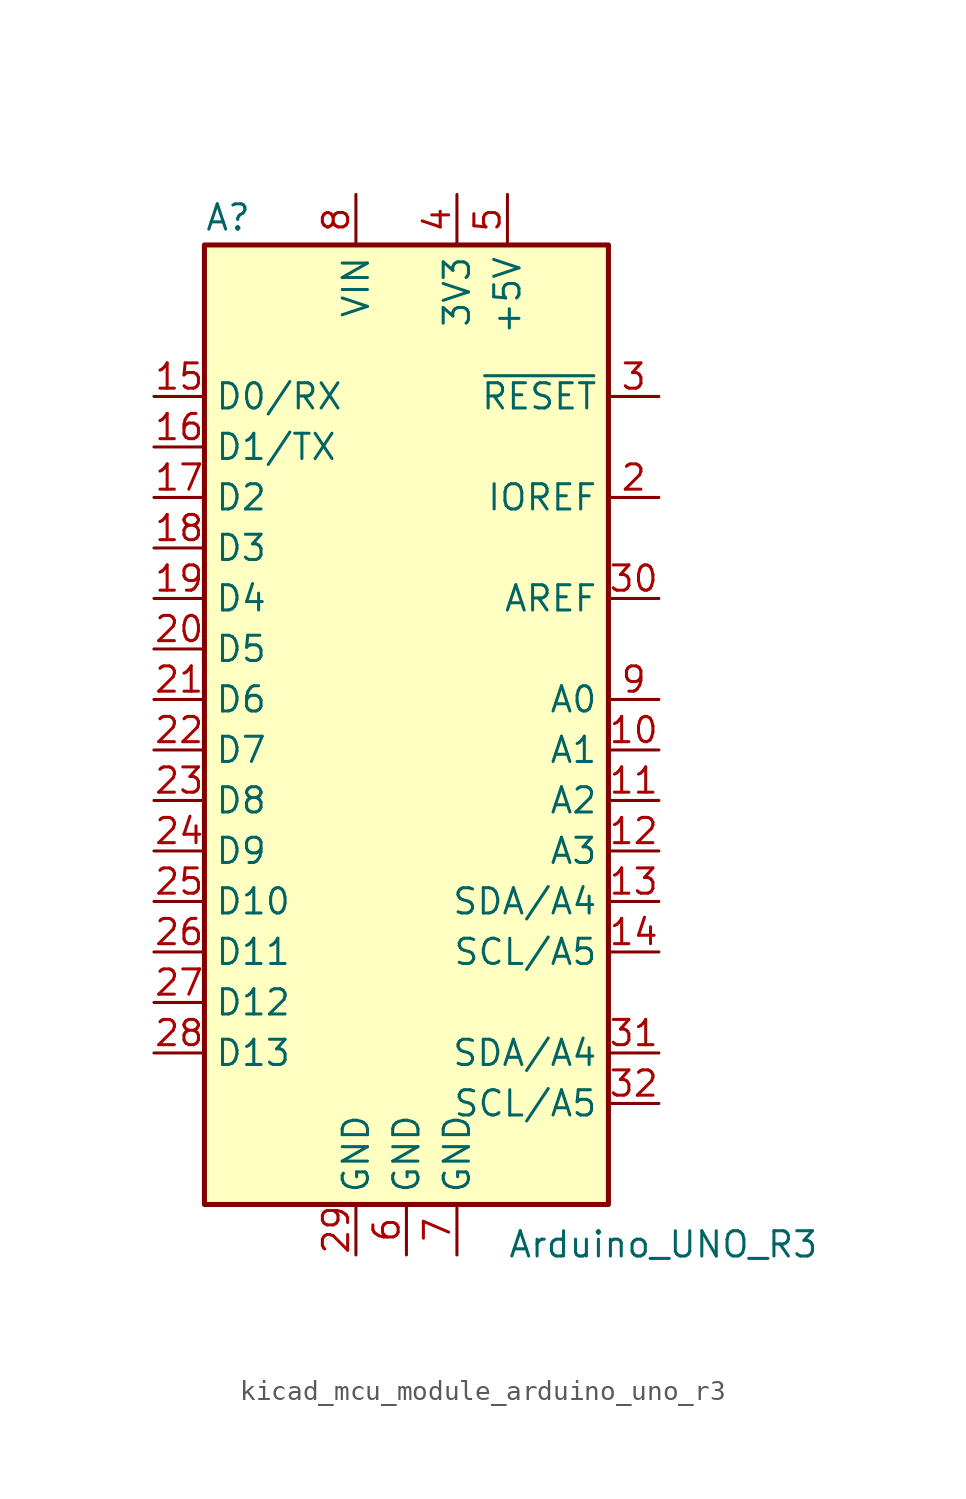
<source format=kicad_sym>
(kicad_symbol_lib
  (version 20220914)
  (generator kicad_symbol_editor)
  (symbol "kicad_mcu_module_arduino_uno_r3"
    (property "Reference" "A"
      (at -10.16 23.495 0)
      (effects (font (size 1.27 1.27)) (justify left bottom)))
    (property "Value" "Arduino_UNO_R3"
      (at 5.08 -26.67 0)
      (effects (font (size 1.27 1.27)) (justify left top)))
    (symbol "kicad_mcu_module_arduino_uno_r3_0_1"
      (rectangle (start -10.16 22.86) (end 10.16 -25.4) (stroke (width 0.254) (type default)) (fill (type background))))
    (symbol "kicad_mcu_module_arduino_uno_r3_1_1"
      (pin no_connect line (at -10.16 -20.32 0) (length 2.54) hide (name "NC" (effects (font (size 1.27 1.27)))) (number "1" (effects (font (size 1.27 1.27)))))
      (pin bidirectional line (at 12.7 -2.54 180) (length 2.54) (name "A1" (effects (font (size 1.27 1.27)))) (number "10" (effects (font (size 1.27 1.27)))))
      (pin bidirectional line (at 12.7 -5.08 180) (length 2.54) (name "A2" (effects (font (size 1.27 1.27)))) (number "11" (effects (font (size 1.27 1.27)))))
      (pin bidirectional line (at 12.7 -7.62 180) (length 2.54) (name "A3" (effects (font (size 1.27 1.27)))) (number "12" (effects (font (size 1.27 1.27)))))
      (pin bidirectional line (at 12.7 -10.16 180) (length 2.54) (name "SDA/A4" (effects (font (size 1.27 1.27)))) (number "13" (effects (font (size 1.27 1.27)))))
      (pin bidirectional line (at 12.7 -12.7 180) (length 2.54) (name "SCL/A5" (effects (font (size 1.27 1.27)))) (number "14" (effects (font (size 1.27 1.27)))))
      (pin bidirectional line (at -12.7 15.24 0) (length 2.54) (name "D0/RX" (effects (font (size 1.27 1.27)))) (number "15" (effects (font (size 1.27 1.27)))))
      (pin bidirectional line (at -12.7 12.7 0) (length 2.54) (name "D1/TX" (effects (font (size 1.27 1.27)))) (number "16" (effects (font (size 1.27 1.27)))))
      (pin bidirectional line (at -12.7 10.16 0) (length 2.54) (name "D2" (effects (font (size 1.27 1.27)))) (number "17" (effects (font (size 1.27 1.27)))))
      (pin bidirectional line (at -12.7 7.62 0) (length 2.54) (name "D3" (effects (font (size 1.27 1.27)))) (number "18" (effects (font (size 1.27 1.27)))))
      (pin bidirectional line (at -12.7 5.08 0) (length 2.54) (name "D4" (effects (font (size 1.27 1.27)))) (number "19" (effects (font (size 1.27 1.27)))))
      (pin output line (at 12.7 10.16 180) (length 2.54) (name "IOREF" (effects (font (size 1.27 1.27)))) (number "2" (effects (font (size 1.27 1.27)))))
      (pin bidirectional line (at -12.7 2.54 0) (length 2.54) (name "D5" (effects (font (size 1.27 1.27)))) (number "20" (effects (font (size 1.27 1.27)))))
      (pin bidirectional line (at -12.7 0 0) (length 2.54) (name "D6" (effects (font (size 1.27 1.27)))) (number "21" (effects (font (size 1.27 1.27)))))
      (pin bidirectional line (at -12.7 -2.54 0) (length 2.54) (name "D7" (effects (font (size 1.27 1.27)))) (number "22" (effects (font (size 1.27 1.27)))))
      (pin bidirectional line (at -12.7 -5.08 0) (length 2.54) (name "D8" (effects (font (size 1.27 1.27)))) (number "23" (effects (font (size 1.27 1.27)))))
      (pin bidirectional line (at -12.7 -7.62 0) (length 2.54) (name "D9" (effects (font (size 1.27 1.27)))) (number "24" (effects (font (size 1.27 1.27)))))
      (pin bidirectional line (at -12.7 -10.16 0) (length 2.54) (name "D10" (effects (font (size 1.27 1.27)))) (number "25" (effects (font (size 1.27 1.27)))))
      (pin bidirectional line (at -12.7 -12.7 0) (length 2.54) (name "D11" (effects (font (size 1.27 1.27)))) (number "26" (effects (font (size 1.27 1.27)))))
      (pin bidirectional line (at -12.7 -15.24 0) (length 2.54) (name "D12" (effects (font (size 1.27 1.27)))) (number "27" (effects (font (size 1.27 1.27)))))
      (pin bidirectional line (at -12.7 -17.78 0) (length 2.54) (name "D13" (effects (font (size 1.27 1.27)))) (number "28" (effects (font (size 1.27 1.27)))))
      (pin power_in line (at -2.54 -27.94 90) (length 2.54) (name "GND" (effects (font (size 1.27 1.27)))) (number "29" (effects (font (size 1.27 1.27)))))
      (pin input line (at 12.7 15.24 180) (length 2.54) (name "~{RESET}" (effects (font (size 1.27 1.27)))) (number "3" (effects (font (size 1.27 1.27)))))
      (pin input line (at 12.7 5.08 180) (length 2.54) (name "AREF" (effects (font (size 1.27 1.27)))) (number "30" (effects (font (size 1.27 1.27)))))
      (pin bidirectional line (at 12.7 -17.78 180) (length 2.54) (name "SDA/A4" (effects (font (size 1.27 1.27)))) (number "31" (effects (font (size 1.27 1.27)))))
      (pin bidirectional line (at 12.7 -20.32 180) (length 2.54) (name "SCL/A5" (effects (font (size 1.27 1.27)))) (number "32" (effects (font (size 1.27 1.27)))))
      (pin power_out line (at 2.54 25.4 270) (length 2.54) (name "3V3" (effects (font (size 1.27 1.27)))) (number "4" (effects (font (size 1.27 1.27)))))
      (pin power_out line (at 5.08 25.4 270) (length 2.54) (name "+5V" (effects (font (size 1.27 1.27)))) (number "5" (effects (font (size 1.27 1.27)))))
      (pin power_in line (at 0 -27.94 90) (length 2.54) (name "GND" (effects (font (size 1.27 1.27)))) (number "6" (effects (font (size 1.27 1.27)))))
      (pin power_in line (at 2.54 -27.94 90) (length 2.54) (name "GND" (effects (font (size 1.27 1.27)))) (number "7" (effects (font (size 1.27 1.27)))))
      (pin power_in line (at -2.54 25.4 270) (length 2.54) (name "VIN" (effects (font (size 1.27 1.27)))) (number "8" (effects (font (size 1.27 1.27)))))
      (pin bidirectional line (at 12.7 0 180) (length 2.54) (name "A0" (effects (font (size 1.27 1.27)))) (number "9" (effects (font (size 1.27 1.27))))))))
</source>
